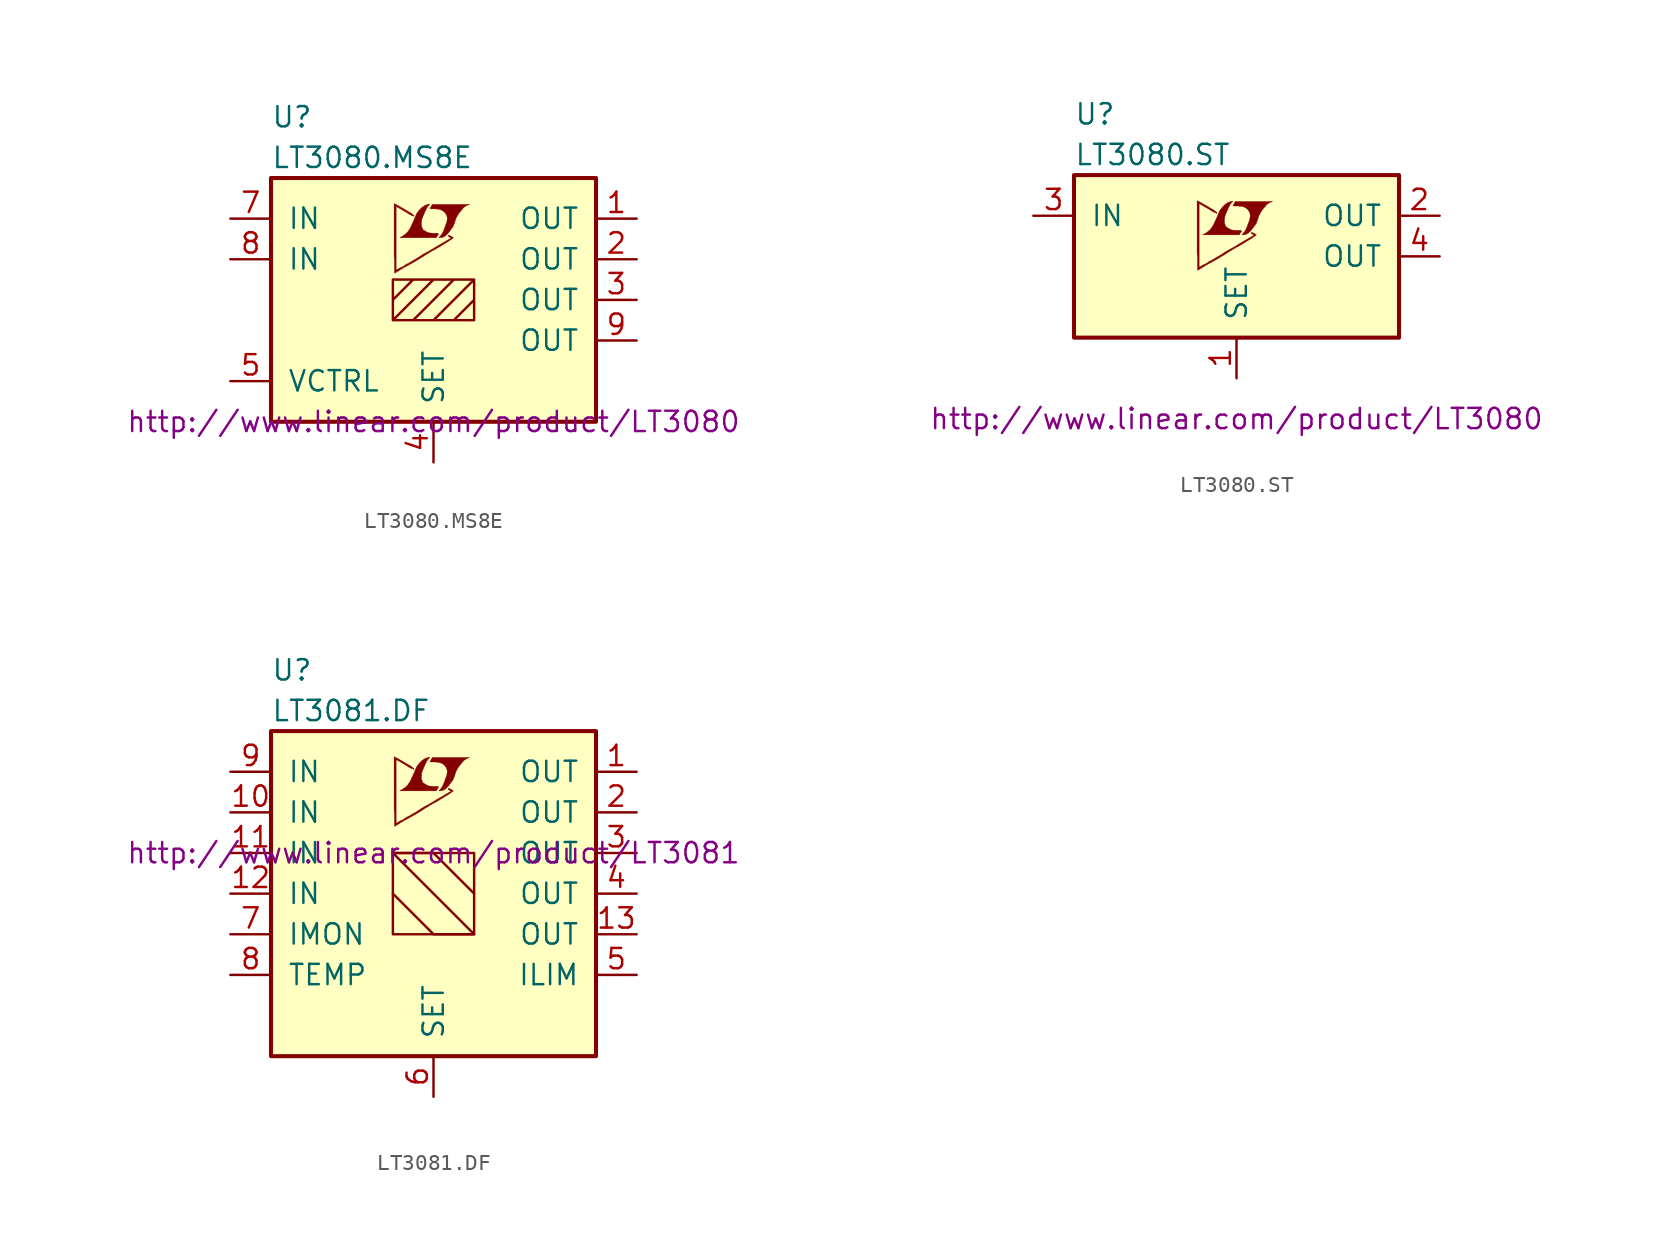
<source format=kicad_sym>
(kicad_symbol_lib
  (version 20201005)
  (generator kicad_symbol_editor)
  (symbol "LT3080.MS8E"
    (pin_names
      (offset 1.016))
    (property "Reference" "U"
      (at -10.16 11.43 0)
      (effects (font (size 1.27 1.27)) (justify left)))
    (property "Value" "LT3080.MS8E"
      (at -10.16 8.89 0)
      (effects (font (size 1.27 1.27)) (justify left)))
    (property "Datasheet" "http://www.linear.com/product/LT3080"
      (at 0 -7.62 0)
      (effects (font (size 1.27 1.27))))
    (symbol "LT3080.MS8E_0_0"
      (polyline (pts (xy 0.584 3.912) (xy 0.762 4.013) (xy 0.914 4.166) (xy 1.219 4.572) (xy 1.321 4.826) (xy 1.397 5.08) (xy 1.549 5.359) (xy 1.727 5.588) (xy 1.905 5.791) (xy 2.108 5.918) (xy 2.261 5.969) (xy -0.076 5.969) (xy -0.152 5.842) (xy -0.152 5.817) (xy -0.203 5.74) (xy -0.229 5.715) (xy -0.178 5.69) (xy 0.102 5.69) (xy 0.356 5.664) (xy 0.559 5.588) (xy 0.711 5.461) (xy 0.813 5.309) (xy 0.864 5.131) (xy 0.838 4.902) (xy 0.838 4.877) (xy 0.61 4.267) (xy 0.508 4.089) (xy 0.406 3.962) (xy 0.33 3.886) (xy 0.432 3.886) (xy 0.584 3.912)) (stroke (width 0.025)) (fill (type outline)))
      (polyline (pts (xy 0.229 3.988) (xy 0.254 4.013) (xy 0.305 4.089) (xy 0.305 4.14) (xy 0.254 4.166) (xy -0.051 4.166) (xy -0.305 4.191) (xy -0.508 4.293) (xy -0.66 4.394) (xy -0.737 4.572) (xy -0.762 4.75) (xy -0.737 4.978) (xy -0.737 5.004) (xy -0.686 5.156) (xy -0.533 5.512) (xy -0.381 5.817) (xy -0.305 5.893) (xy -0.229 5.994) (xy -0.356 5.969) (xy -0.508 5.918) (xy -0.711 5.791) (xy -0.889 5.613) (xy -1.041 5.41) (xy -1.168 5.131) (xy -1.168 5.105) (xy -1.321 4.775) (xy -1.448 4.496) (xy -1.6 4.267) (xy -1.753 4.115) (xy -1.93 3.988) (xy -2.108 3.886) (xy 0.178 3.886) (xy 0.229 3.988)) (stroke (width 0.025)) (fill (type outline)))
      (polyline (pts (xy -2.362 1.702) (xy -2.286 1.753) (xy -2.159 1.829) (xy -2.083 1.88) (xy -1.829 2.032) (xy -1.27 2.337) (xy -0.762 2.642) (xy -0.533 2.794) (xy -0.356 2.896) (xy -0.203 2.997) (xy -0.102 3.048) (xy -0.025 3.099) (xy 0.127 3.175) (xy 0.305 3.277) (xy 0.711 3.531) (xy 0.889 3.632) (xy 1.041 3.734) (xy 1.143 3.81) (xy 1.219 3.861) (xy 1.245 3.886) (xy 1.092 3.988) (xy 0.94 4.039) (xy 0.914 4.013) (xy 0.914 3.988) (xy 0.991 3.937) (xy 1.092 3.861) (xy 0.178 3.327) (xy -0.025 3.2) (xy -0.33 3.023) (xy -0.66 2.845) (xy -0.965 2.642) (xy -1.27 2.464) (xy -1.524 2.311) (xy -1.727 2.21) (xy -1.905 2.083) (xy -2.083 2.007) (xy -2.21 1.93) (xy -2.311 1.88) (xy -2.337 1.854) (xy -2.337 5.842) (xy -1.803 5.537) (xy -1.676 5.461) (xy -1.524 5.359) (xy -1.372 5.283) (xy -1.295 5.258) (xy -1.245 5.232) (xy -1.219 5.232) (xy -1.219 5.283) (xy -1.295 5.334) (xy -1.422 5.436) (xy -1.6 5.537) (xy -1.727 5.613) (xy -2.083 5.817) (xy -2.21 5.893) (xy -2.464 6.02) (xy -2.464 2.743) (xy -2.438 2.438) (xy -2.438 1.676) (xy -2.413 1.676) (xy -2.362 1.702)) (stroke (width 0.025)) (fill (type outline))))
    (symbol "LT3080.MS8E_0_1"
      (rectangle (start -10.16 7.62) (end 10.16 -7.62) (stroke (width 0.254)) (fill (type background)))
      (polyline (pts (xy -2.54 0) (xy -1.27 1.27) (xy 0 1.27) (xy -2.54 -1.27) (xy -1.27 -1.27) (xy 1.27 1.27) (xy 2.54 1.27) (xy 0 -1.27) (xy 1.27 -1.27) (xy 2.54 0) (xy 2.54 -1.27) (xy -2.54 -1.27) (xy -2.54 1.27) (xy 2.54 1.27) (xy 2.54 -1.27)) (stroke (width 0)) (fill (type none))))
    (symbol "LT3080.MS8E_1_1"
      (pin power_out line (at 12.7 5.08 180) (length 2.54) (name "OUT" (effects (font (size 1.27 1.27)))) (number "1" (effects (font (size 1.27 1.27)))))
      (pin power_out line (at 12.7 2.54 180) (length 2.54) (name "OUT" (effects (font (size 1.27 1.27)))) (number "2" (effects (font (size 1.27 1.27)))))
      (pin power_out line (at 12.7 0 180) (length 2.54) (name "OUT" (effects (font (size 1.27 1.27)))) (number "3" (effects (font (size 1.27 1.27)))))
      (pin passive line (at 0 -10.16 90) (length 2.54) (name "SET" (effects (font (size 1.27 1.27)))) (number "4" (effects (font (size 1.27 1.27)))))
      (pin input line (at -12.7 -5.08 0) (length 2.54) (name "VCTRL" (effects (font (size 1.27 1.27)))) (number "5" (effects (font (size 1.27 1.27)))))
      (pin unconnected line (at -12.7 -2.54 0) (length 2.54) hide (name "NC" (effects (font (size 1.27 1.27)))) (number "6" (effects (font (size 1.27 1.27)))))
      (pin power_in line (at -12.7 5.08 0) (length 2.54) (name "IN" (effects (font (size 1.27 1.27)))) (number "7" (effects (font (size 1.27 1.27)))))
      (pin power_in line (at -12.7 2.54 0) (length 2.54) (name "IN" (effects (font (size 1.27 1.27)))) (number "8" (effects (font (size 1.27 1.27)))))
      (pin power_out line (at 12.7 -2.54 180) (length 2.54) (name "OUT" (effects (font (size 1.27 1.27)))) (number "9" (effects (font (size 1.27 1.27)))))))
  (symbol "LT3080.ST"
    (pin_names
      (offset 1.016))
    (property "Reference" "U"
      (at -10.16 8.89 0)
      (effects (font (size 1.27 1.27)) (justify left)))
    (property "Value" "LT3080.ST"
      (at -10.16 6.35 0)
      (effects (font (size 1.27 1.27)) (justify left)))
    (property "Datasheet" "http://www.linear.com/product/LT3080"
      (at 0 -10.16 0)
      (effects (font (size 1.27 1.27))))
    (symbol "LT3080.ST_0_0"
      (polyline (pts (xy 0.584 1.372) (xy 0.762 1.473) (xy 0.914 1.626) (xy 1.219 2.032) (xy 1.321 2.286) (xy 1.397 2.54) (xy 1.549 2.819) (xy 1.727 3.048) (xy 1.905 3.251) (xy 2.108 3.378) (xy 2.261 3.429) (xy -0.076 3.429) (xy -0.152 3.302) (xy -0.152 3.277) (xy -0.203 3.2) (xy -0.229 3.175) (xy -0.178 3.15) (xy 0.102 3.15) (xy 0.356 3.124) (xy 0.559 3.048) (xy 0.711 2.921) (xy 0.813 2.769) (xy 0.864 2.591) (xy 0.838 2.362) (xy 0.838 2.337) (xy 0.61 1.727) (xy 0.508 1.549) (xy 0.406 1.422) (xy 0.33 1.346) (xy 0.432 1.346) (xy 0.584 1.372)) (stroke (width 0.025)) (fill (type outline)))
      (polyline (pts (xy 0.229 1.448) (xy 0.254 1.473) (xy 0.305 1.549) (xy 0.305 1.6) (xy 0.254 1.626) (xy -0.051 1.626) (xy -0.305 1.651) (xy -0.508 1.753) (xy -0.66 1.854) (xy -0.737 2.032) (xy -0.762 2.21) (xy -0.737 2.438) (xy -0.737 2.464) (xy -0.686 2.616) (xy -0.533 2.972) (xy -0.381 3.277) (xy -0.305 3.353) (xy -0.229 3.454) (xy -0.356 3.429) (xy -0.508 3.378) (xy -0.711 3.251) (xy -0.889 3.073) (xy -1.041 2.87) (xy -1.168 2.591) (xy -1.168 2.565) (xy -1.321 2.235) (xy -1.448 1.956) (xy -1.6 1.727) (xy -1.753 1.575) (xy -1.93 1.448) (xy -2.108 1.346) (xy 0.178 1.346) (xy 0.229 1.448)) (stroke (width 0.025)) (fill (type outline)))
      (polyline (pts (xy -2.362 -0.838) (xy -2.286 -0.787) (xy -2.159 -0.711) (xy -2.083 -0.66) (xy -1.829 -0.508) (xy -1.27 -0.203) (xy -0.762 0.102) (xy -0.533 0.254) (xy -0.356 0.356) (xy -0.203 0.457) (xy -0.102 0.508) (xy -0.025 0.559) (xy 0.127 0.635) (xy 0.305 0.737) (xy 0.711 0.991) (xy 0.889 1.092) (xy 1.041 1.194) (xy 1.143 1.27) (xy 1.219 1.321) (xy 1.245 1.346) (xy 1.092 1.448) (xy 0.94 1.499) (xy 0.914 1.473) (xy 0.914 1.448) (xy 0.991 1.397) (xy 1.092 1.321) (xy 0.178 0.787) (xy -0.025 0.66) (xy -0.33 0.483) (xy -0.66 0.305) (xy -0.965 0.102) (xy -1.27 -0.076) (xy -1.524 -0.229) (xy -1.727 -0.33) (xy -1.905 -0.457) (xy -2.083 -0.533) (xy -2.21 -0.61) (xy -2.311 -0.66) (xy -2.337 -0.686) (xy -2.337 3.302) (xy -1.803 2.997) (xy -1.676 2.921) (xy -1.524 2.819) (xy -1.372 2.743) (xy -1.295 2.718) (xy -1.245 2.692) (xy -1.219 2.692) (xy -1.219 2.743) (xy -1.295 2.794) (xy -1.422 2.896) (xy -1.6 2.997) (xy -1.727 3.073) (xy -2.083 3.277) (xy -2.21 3.353) (xy -2.464 3.48) (xy -2.464 0.203) (xy -2.438 -0.102) (xy -2.438 -0.864) (xy -2.413 -0.864) (xy -2.362 -0.838)) (stroke (width 0.025)) (fill (type outline))))
    (symbol "LT3080.ST_0_1"
      (rectangle (start -10.16 5.08) (end 10.16 -5.08) (stroke (width 0.254)) (fill (type background))))
    (symbol "LT3080.ST_1_1"
      (pin passive line (at 0 -7.62 90) (length 2.54) (name "SET" (effects (font (size 1.27 1.27)))) (number "1" (effects (font (size 1.27 1.27)))))
      (pin power_out line (at 12.7 2.54 180) (length 2.54) (name "OUT" (effects (font (size 1.27 1.27)))) (number "2" (effects (font (size 1.27 1.27)))))
      (pin power_in line (at -12.7 2.54 0) (length 2.54) (name "IN" (effects (font (size 1.27 1.27)))) (number "3" (effects (font (size 1.27 1.27)))))
      (pin power_out line (at 12.7 0 180) (length 2.54) (name "OUT" (effects (font (size 1.27 1.27)))) (number "4" (effects (font (size 1.27 1.27)))))))
  (symbol "LT3081.DF"
    (pin_names
      (offset 1.016))
    (property "Reference" "U"
      (at -10.16 13.97 0)
      (effects (font (size 1.27 1.27)) (justify left)))
    (property "Value" "LT3081.DF"
      (at -10.16 11.43 0)
      (effects (font (size 1.27 1.27)) (justify left)))
    (property "Datasheet" "http://www.linear.com/product/LT3081"
      (at 0 2.54 0)
      (effects (font (size 1.27 1.27))))
    (symbol "LT3081.DF_0_0"
      (polyline (pts (xy 0.584 6.452) (xy 0.762 6.553) (xy 0.914 6.706) (xy 1.219 7.112) (xy 1.321 7.366) (xy 1.397 7.62) (xy 1.549 7.899) (xy 1.727 8.128) (xy 1.905 8.331) (xy 2.108 8.458) (xy 2.261 8.509) (xy -0.076 8.509) (xy -0.152 8.382) (xy -0.152 8.357) (xy -0.203 8.28) (xy -0.229 8.255) (xy -0.178 8.23) (xy 0.102 8.23) (xy 0.356 8.204) (xy 0.559 8.128) (xy 0.711 8.001) (xy 0.813 7.849) (xy 0.864 7.671) (xy 0.838 7.442) (xy 0.838 7.417) (xy 0.61 6.807) (xy 0.508 6.629) (xy 0.406 6.502) (xy 0.33 6.426) (xy 0.432 6.426) (xy 0.584 6.452)) (stroke (width 0.025)) (fill (type outline)))
      (polyline (pts (xy 0.229 6.528) (xy 0.254 6.553) (xy 0.305 6.629) (xy 0.305 6.68) (xy 0.254 6.706) (xy -0.051 6.706) (xy -0.305 6.731) (xy -0.508 6.833) (xy -0.66 6.934) (xy -0.737 7.112) (xy -0.762 7.29) (xy -0.737 7.518) (xy -0.737 7.544) (xy -0.686 7.696) (xy -0.533 8.052) (xy -0.381 8.357) (xy -0.305 8.433) (xy -0.229 8.534) (xy -0.356 8.509) (xy -0.508 8.458) (xy -0.711 8.331) (xy -0.889 8.153) (xy -1.041 7.95) (xy -1.168 7.671) (xy -1.168 7.645) (xy -1.321 7.315) (xy -1.448 7.036) (xy -1.6 6.807) (xy -1.753 6.655) (xy -1.93 6.528) (xy -2.108 6.426) (xy 0.178 6.426) (xy 0.229 6.528)) (stroke (width 0.025)) (fill (type outline)))
      (polyline (pts (xy -2.362 4.242) (xy -2.286 4.293) (xy -2.159 4.369) (xy -2.083 4.42) (xy -1.829 4.572) (xy -1.27 4.877) (xy -0.762 5.182) (xy -0.533 5.334) (xy -0.356 5.436) (xy -0.203 5.537) (xy -0.102 5.588) (xy -0.025 5.639) (xy 0.127 5.715) (xy 0.305 5.817) (xy 0.711 6.071) (xy 0.889 6.172) (xy 1.041 6.274) (xy 1.143 6.35) (xy 1.219 6.401) (xy 1.245 6.426) (xy 1.092 6.528) (xy 0.94 6.579) (xy 0.914 6.553) (xy 0.914 6.528) (xy 0.991 6.477) (xy 1.092 6.401) (xy 0.178 5.867) (xy -0.025 5.74) (xy -0.33 5.563) (xy -0.66 5.385) (xy -0.965 5.182) (xy -1.27 5.004) (xy -1.524 4.851) (xy -1.727 4.75) (xy -1.905 4.623) (xy -2.083 4.547) (xy -2.21 4.47) (xy -2.311 4.42) (xy -2.337 4.394) (xy -2.337 8.382) (xy -1.803 8.077) (xy -1.676 8.001) (xy -1.524 7.899) (xy -1.372 7.823) (xy -1.295 7.798) (xy -1.245 7.772) (xy -1.219 7.772) (xy -1.219 7.823) (xy -1.295 7.874) (xy -1.422 7.976) (xy -1.6 8.077) (xy -1.727 8.153) (xy -2.083 8.357) (xy -2.21 8.433) (xy -2.464 8.56) (xy -2.464 5.283) (xy -2.438 4.978) (xy -2.438 4.216) (xy -2.413 4.216) (xy -2.362 4.242)) (stroke (width 0.025)) (fill (type outline))))
    (symbol "LT3081.DF_0_1"
      (rectangle (start -10.16 10.16) (end 10.16 -10.16) (stroke (width 0.254)) (fill (type background)))
      (rectangle (start -2.54 2.54) (end 2.54 -2.54) (stroke (width 0)) (fill (type none)))
      (polyline (pts (xy -2.54 0) (xy 0 -2.54) (xy 2.54 -2.54) (xy -2.54 2.54) (xy 0 2.54) (xy 2.54 0)) (stroke (width 0)) (fill (type none))))
    (symbol "LT3081.DF_1_1"
      (pin power_out line (at 12.7 7.62 180) (length 2.54) (name "OUT" (effects (font (size 1.27 1.27)))) (number "1" (effects (font (size 1.27 1.27)))))
      (pin power_in line (at -12.7 5.08 0) (length 2.54) (name "IN" (effects (font (size 1.27 1.27)))) (number "10" (effects (font (size 1.27 1.27)))))
      (pin power_in line (at -12.7 2.54 0) (length 2.54) (name "IN" (effects (font (size 1.27 1.27)))) (number "11" (effects (font (size 1.27 1.27)))))
      (pin power_in line (at -12.7 0 0) (length 2.54) (name "IN" (effects (font (size 1.27 1.27)))) (number "12" (effects (font (size 1.27 1.27)))))
      (pin power_out line (at 12.7 -2.54 180) (length 2.54) (name "OUT" (effects (font (size 1.27 1.27)))) (number "13" (effects (font (size 1.27 1.27)))))
      (pin power_out line (at 12.7 5.08 180) (length 2.54) (name "OUT" (effects (font (size 1.27 1.27)))) (number "2" (effects (font (size 1.27 1.27)))))
      (pin power_out line (at 12.7 2.54 180) (length 2.54) (name "OUT" (effects (font (size 1.27 1.27)))) (number "3" (effects (font (size 1.27 1.27)))))
      (pin power_out line (at 12.7 0 180) (length 2.54) (name "OUT" (effects (font (size 1.27 1.27)))) (number "4" (effects (font (size 1.27 1.27)))))
      (pin input line (at 12.7 -5.08 180) (length 2.54) (name "ILIM" (effects (font (size 1.27 1.27)))) (number "5" (effects (font (size 1.27 1.27)))))
      (pin passive line (at 0 -12.7 90) (length 2.54) (name "SET" (effects (font (size 1.27 1.27)))) (number "6" (effects (font (size 1.27 1.27)))))
      (pin output line (at -12.7 -2.54 0) (length 2.54) (name "IMON" (effects (font (size 1.27 1.27)))) (number "7" (effects (font (size 1.27 1.27)))))
      (pin power_out line (at -12.7 -5.08 0) (length 2.54) (name "TEMP" (effects (font (size 1.27 1.27)))) (number "8" (effects (font (size 1.27 1.27)))))
      (pin power_in line (at -12.7 7.62 0) (length 2.54) (name "IN" (effects (font (size 1.27 1.27)))) (number "9" (effects (font (size 1.27 1.27))))))))
</source>
